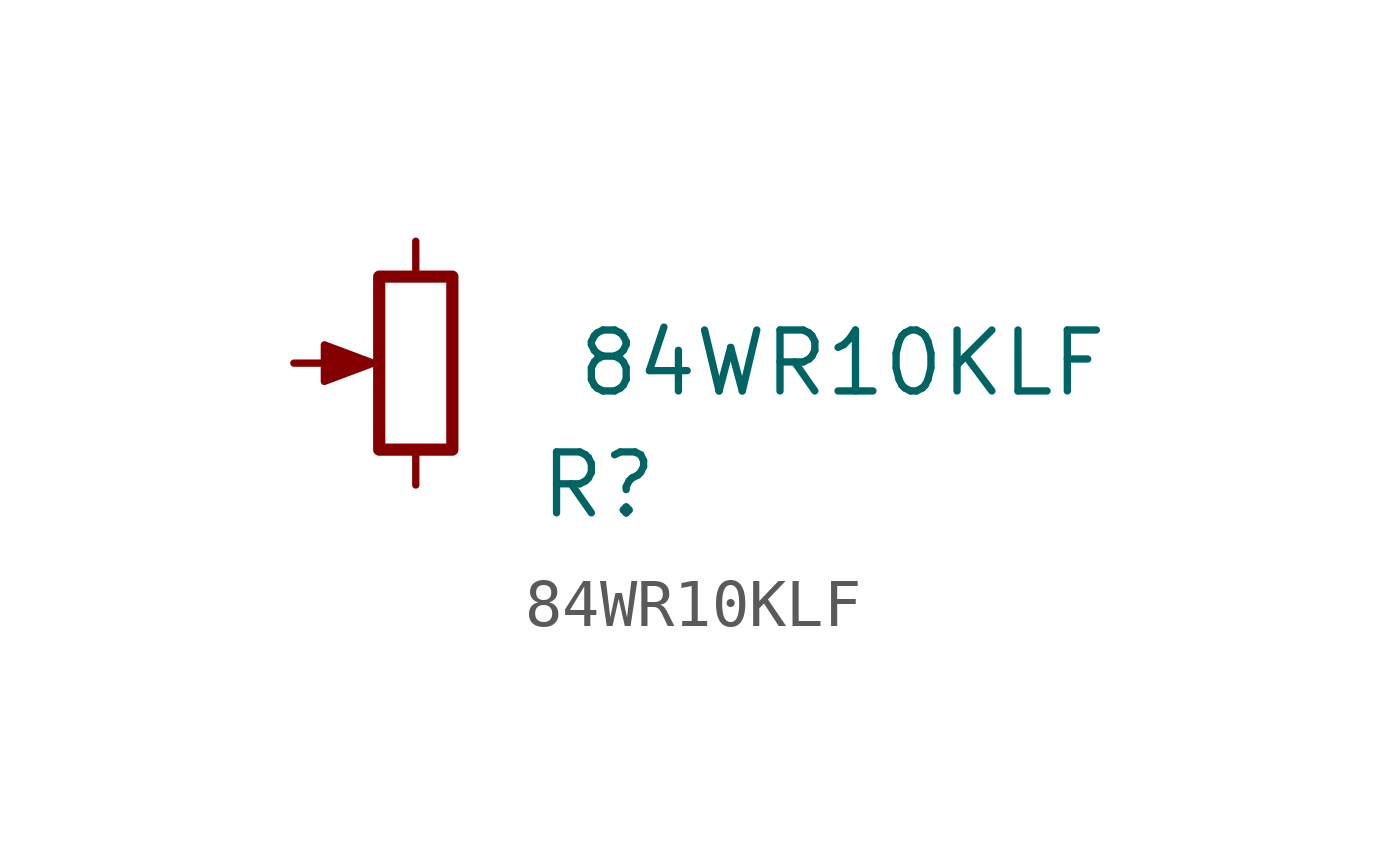
<source format=kicad_sym>
(kicad_symbol_lib
  (version 20211014)
  (generator kicad_symbol_editor)
  (symbol "84WR10KLF"
    (pin_numbers hide)
    (pin_names
      (offset 1.016) hide)
    (property "Reference" "R"
      (at 3.81 -2.54 0)
      (effects (font (size 1.27 1.27))))
    (property "Value" "84WR10KLF"
      (at 8.89 0 0)
      (effects (font (size 1.27 1.27))))
    (symbol "84WR10KLF_1_1"
      (rectangle (start -0.762 1.803) (end 0.762 -1.803) (stroke (width 0.254) (type default) (color 0 0 0 0)) (fill (type none)))
      (polyline (pts (xy -1.143 0) (xy -0.889 0) (xy -1.905 0.381) (xy -1.905 -0.381) (xy -0.889 0) (xy -1.143 0)) (stroke (width 0) (type default) (color 0 0 0 0)) (fill (type outline)))
      (pin passive line (at 0 2.54 270) (length 0.635) (name "1" (effects (font (size 0.635 0.635)))) (number "1" (effects (font (size 0.635 0.635)))))
      (pin passive line (at -2.54 0 0) (length 0.991) (name "2" (effects (font (size 0.635 0.635)))) (number "2" (effects (font (size 0.635 0.635)))))
      (pin passive line (at 0 -2.54 90) (length 0.635) (name "3" (effects (font (size 0.635 0.635)))) (number "3" (effects (font (size 0.635 0.635))))))))
</source>
